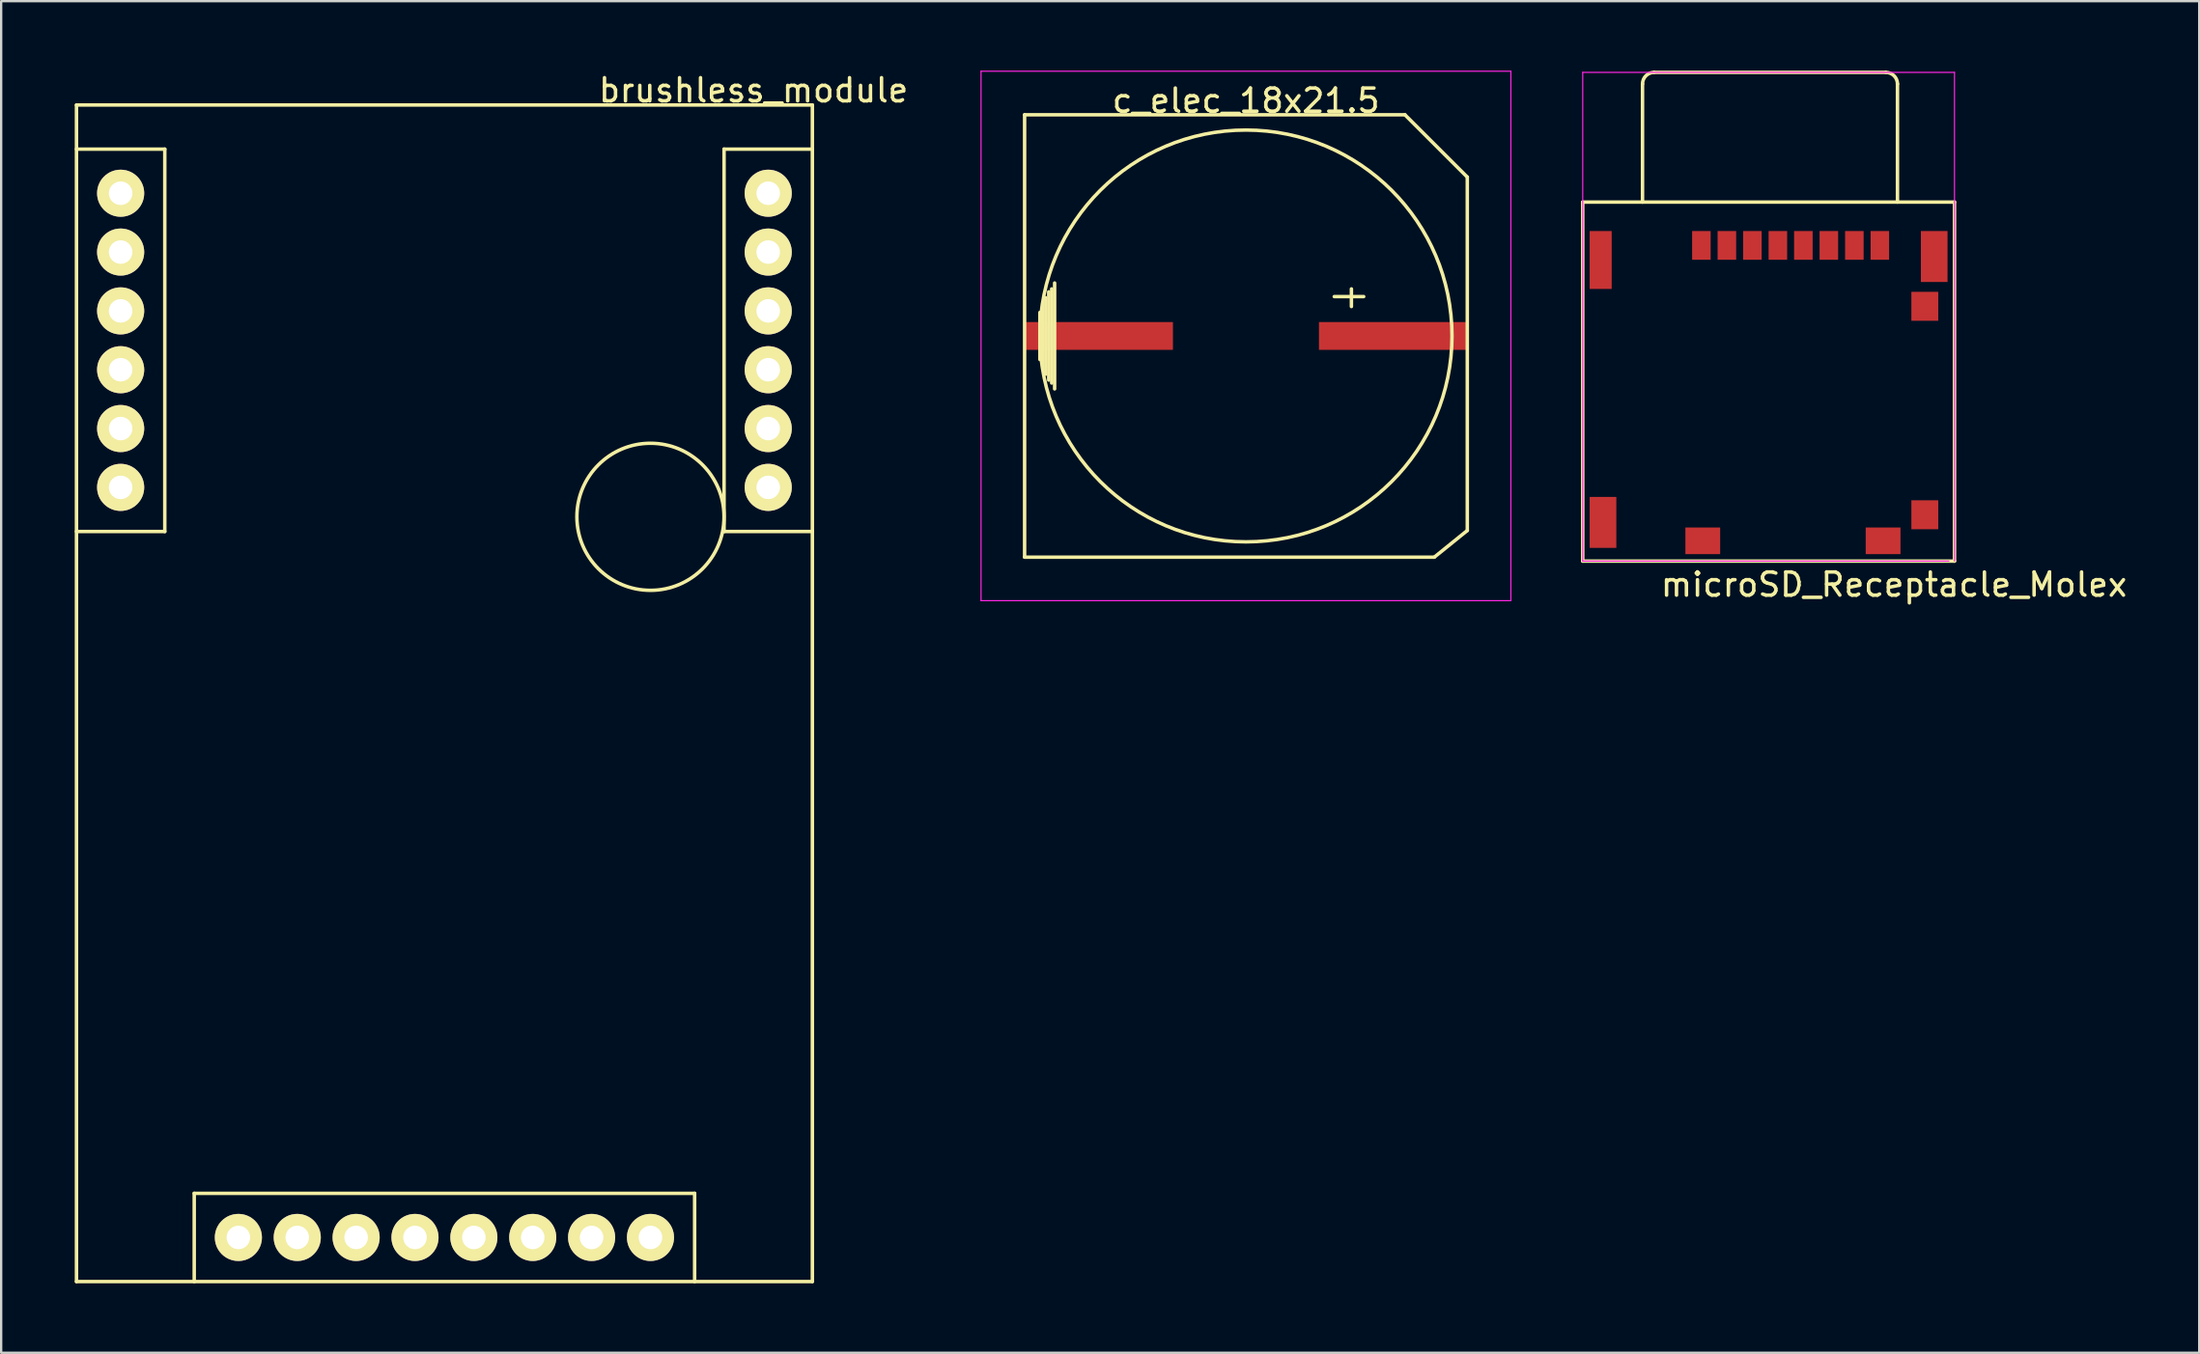
<source format=kicad_pcb>
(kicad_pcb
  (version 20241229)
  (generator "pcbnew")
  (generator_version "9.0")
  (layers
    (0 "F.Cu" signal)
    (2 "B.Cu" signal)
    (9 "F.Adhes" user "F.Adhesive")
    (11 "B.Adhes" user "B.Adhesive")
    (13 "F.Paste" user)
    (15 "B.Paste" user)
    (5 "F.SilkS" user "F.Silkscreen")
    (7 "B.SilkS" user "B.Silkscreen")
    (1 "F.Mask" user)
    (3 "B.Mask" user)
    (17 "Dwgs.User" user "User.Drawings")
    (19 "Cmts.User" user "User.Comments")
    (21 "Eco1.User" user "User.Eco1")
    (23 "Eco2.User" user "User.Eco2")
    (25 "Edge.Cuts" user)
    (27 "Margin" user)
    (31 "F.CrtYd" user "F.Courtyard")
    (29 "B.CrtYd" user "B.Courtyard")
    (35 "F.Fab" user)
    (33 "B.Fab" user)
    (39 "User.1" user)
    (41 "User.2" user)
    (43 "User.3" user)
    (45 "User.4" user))
  (footprint "brushless_module"
    (layer "F.Cu")
    (at 0.25 1.483)
    (property "Reference" "brushless_module" (at 29.21 -0.635 0) (layer "F.SilkS") (effects (font (size 1 1) (thickness 0.15))))
    (attr through_hole)
    (fp_line (start 0 0) (end 31.75 0) (stroke (width 0.15) (type solid)) (layer "F.SilkS"))
    (fp_line (start 0 1.905) (end 3.81 1.905) (stroke (width 0.15) (type solid)) (layer "F.SilkS"))
    (fp_line (start 0 50.8) (end 0 0) (stroke (width 0.15) (type solid)) (layer "F.SilkS"))
    (fp_line (start 3.81 1.905) (end 3.81 18.415) (stroke (width 0.15) (type solid)) (layer "F.SilkS"))
    (fp_line (start 3.81 18.415) (end 0 18.415) (stroke (width 0.15) (type solid)) (layer "F.SilkS"))
    (fp_line (start 5.08 46.99) (end 5.08 50.8) (stroke (width 0.15) (type solid)) (layer "F.SilkS"))
    (fp_line (start 26.67 46.99) (end 5.08 46.99) (stroke (width 0.15) (type solid)) (layer "F.SilkS"))
    (fp_line (start 26.67 50.8) (end 26.67 46.99) (stroke (width 0.15) (type solid)) (layer "F.SilkS"))
    (fp_line (start 27.94 1.905) (end 27.94 18.415) (stroke (width 0.15) (type solid)) (layer "F.SilkS"))
    (fp_line (start 27.94 18.415) (end 31.75 18.415) (stroke (width 0.15) (type solid)) (layer "F.SilkS"))
    (fp_line (start 31.75 0) (end 31.75 50.8) (stroke (width 0.15) (type solid)) (layer "F.SilkS"))
    (fp_line (start 31.75 1.905) (end 27.94 1.905) (stroke (width 0.15) (type solid)) (layer "F.SilkS"))
    (fp_line (start 31.75 50.8) (end 0 50.8) (stroke (width 0.15) (type solid)) (layer "F.SilkS"))
    (fp_circle (center 24.765 17.78) (end 27.94 17.78) (stroke (width 0.15) (type solid)) (fill no) (layer "F.SilkS"))
    (pad "1" thru_hole circle (at 1.905 3.81) (size 2.032 2.032) (drill 1.016) (layers "*.Cu" "*.Mask" "F.SilkS"))
    (pad "2" thru_hole circle (at 1.905 6.35) (size 2.032 2.032) (drill 1.016) (layers "*.Cu" "*.Mask" "F.SilkS"))
    (pad "3" thru_hole circle (at 1.905 8.89) (size 2.032 2.032) (drill 1.016) (layers "*.Cu" "*.Mask" "F.SilkS"))
    (pad "4" thru_hole circle (at 1.905 11.43) (size 2.032 2.032) (drill 1.016) (layers "*.Cu" "*.Mask" "F.SilkS"))
    (pad "5" thru_hole circle (at 1.905 13.97) (size 2.032 2.032) (drill 1.016) (layers "*.Cu" "*.Mask" "F.SilkS"))
    (pad "6" thru_hole circle (at 1.905 16.51) (size 2.032 2.032) (drill 1.016) (layers "*.Cu" "*.Mask" "F.SilkS"))
    (pad "7" thru_hole circle (at 6.985 48.895) (size 2.032 2.032) (drill 1.016) (layers "*.Cu" "*.Mask" "F.SilkS"))
    (pad "8" thru_hole circle (at 9.525 48.895) (size 2.032 2.032) (drill 1.016) (layers "*.Cu" "*.Mask" "F.SilkS"))
    (pad "9" thru_hole circle (at 12.065 48.895) (size 2.032 2.032) (drill 1.016) (layers "*.Cu" "*.Mask" "F.SilkS"))
    (pad "10" thru_hole circle (at 14.605 48.895) (size 2.032 2.032) (drill 1.016) (layers "*.Cu" "*.Mask" "F.SilkS"))
    (pad "11" thru_hole circle (at 17.145 48.895) (size 2.032 2.032) (drill 1.016) (layers "*.Cu" "*.Mask" "F.SilkS"))
    (pad "12" thru_hole circle (at 19.685 48.895) (size 2.032 2.032) (drill 1.016) (layers "*.Cu" "*.Mask" "F.SilkS"))
    (pad "13" thru_hole circle (at 22.225 48.895) (size 2.032 2.032) (drill 1.016) (layers "*.Cu" "*.Mask" "F.SilkS"))
    (pad "14" thru_hole circle (at 24.765 48.895) (size 2.032 2.032) (drill 1.016) (layers "*.Cu" "*.Mask" "F.SilkS"))
    (pad "15" thru_hole circle (at 29.845 16.51) (size 2.032 2.032) (drill 1.016) (layers "*.Cu" "*.Mask" "F.SilkS"))
    (pad "16" thru_hole circle (at 29.845 13.97) (size 2.032 2.032) (drill 1.016) (layers "*.Cu" "*.Mask" "F.SilkS"))
    (pad "17" thru_hole circle (at 29.845 11.43) (size 2.032 2.032) (drill 1.016) (layers "*.Cu" "*.Mask" "F.SilkS"))
    (pad "18" thru_hole circle (at 29.845 8.89) (size 2.032 2.032) (drill 1.016) (layers "*.Cu" "*.Mask" "F.SilkS"))
    (pad "19" thru_hole circle (at 29.845 6.35) (size 2.032 2.032) (drill 1.016) (layers "*.Cu" "*.Mask" "F.SilkS"))
    (pad "20" thru_hole circle (at 29.845 3.81) (size 2.032 2.032) (drill 1.016) (layers "*.Cu" "*.Mask" "F.SilkS")))
  (footprint "c_elec_18x21.5"
    (layer "F.Cu")
    (at 50.707 11.455)
    (property "Reference" "c_elec_18x21.5" (at 0 -10.16 0) (layer "F.SilkS") (effects (font (size 1 1) (thickness 0.15))))
    (attr smd)
    (fp_line (start -9.55 -9.55) (end -9.55 9.55) (stroke (width 0.15) (type solid)) (layer "F.SilkS"))
    (fp_line (start -9.55 9.55) (end 8.128 9.55) (stroke (width 0.15) (type solid)) (layer "F.SilkS"))
    (fp_line (start -8.89 -1.016) (end -8.89 1.016) (stroke (width 0.15) (type solid)) (layer "F.SilkS"))
    (fp_line (start -8.763 1.397) (end -8.763 -1.397) (stroke (width 0.15) (type solid)) (layer "F.SilkS"))
    (fp_line (start -8.636 -1.651) (end -8.636 1.651) (stroke (width 0.15) (type solid)) (layer "F.SilkS"))
    (fp_line (start -8.509 1.905) (end -8.509 -1.905) (stroke (width 0.15) (type solid)) (layer "F.SilkS"))
    (fp_line (start -8.382 2.032) (end -8.382 -2.032) (stroke (width 0.15) (type solid)) (layer "F.SilkS"))
    (fp_line (start -8.255 -2.286) (end -8.255 2.286) (stroke (width 0.15) (type solid)) (layer "F.SilkS"))
    (fp_line (start 4.55 -2.032) (end 4.55 -1.27) (stroke (width 0.15) (type solid)) (layer "F.SilkS"))
    (fp_line (start 5.08 -1.7) (end 3.81 -1.7) (stroke (width 0.15) (type solid)) (layer "F.SilkS"))
    (fp_line (start 6.858 -9.55) (end -9.55 -9.55) (stroke (width 0.15) (type solid)) (layer "F.SilkS"))
    (fp_line (start 8.128 9.55) (end 9.55 8.4) (stroke (width 0.15) (type solid)) (layer "F.SilkS"))
    (fp_line (start 9.55 -6.858) (end 6.858 -9.55) (stroke (width 0.15) (type solid)) (layer "F.SilkS"))
    (fp_line (start 9.55 8.4) (end 9.55 -6.858) (stroke (width 0.15) (type solid)) (layer "F.SilkS"))
    (fp_circle (center 0 0) (end 8.89 0) (stroke (width 0.15) (type solid)) (fill no) (layer "F.SilkS"))
    (fp_line (start -11.43 -11.43) (end 11.43 -11.43) (stroke (width 0.05) (type solid)) (layer "F.CrtYd"))
    (fp_line (start -11.43 11.43) (end -11.43 -11.43) (stroke (width 0.05) (type solid)) (layer "F.CrtYd"))
    (fp_line (start 11.43 -11.43) (end 11.43 11.43) (stroke (width 0.05) (type solid)) (layer "F.CrtYd"))
    (fp_line (start 11.43 11.43) (end -11.43 11.43) (stroke (width 0.05) (type solid)) (layer "F.CrtYd"))
    (pad "1" smd rect (at 6.35 0) (size 6.4 1.2) (layers "F.Cu" "F.Mask" "F.Paste"))
    (pad "2" smd rect (at -6.35 0) (size 6.4 1.2) (layers "F.Cu" "F.Mask" "F.Paste")))
  (footprint "microSD_Receptacle_Molex"
    (layer "F.Cu")
    (at 65.537 6.925)
    (property "Reference" "microSD_Receptacle_Molex" (at 13.127 15.265 0) (layer "F.SilkS") (effects (font (size 1 1) (thickness 0.15))))
    (attr through_hole)
    (fp_line (start -0.3 -1.25) (end -0.3 14.25) (stroke (width 0.15) (type solid)) (layer "F.SilkS"))
    (fp_line (start -0.3 14.25) (end 15.74 14.25) (stroke (width 0.15) (type solid)) (layer "F.SilkS"))
    (fp_line (start 2.28 -1.25) (end 2.28 -6.35) (stroke (width 0.15) (type solid)) (layer "F.SilkS"))
    (fp_line (start 2.78 -6.85) (end 12.78 -6.85) (stroke (width 0.15) (type solid)) (layer "F.SilkS"))
    (fp_line (start 13.28 -1.25) (end 13.28 -6.35) (stroke (width 0.15) (type solid)) (layer "F.SilkS"))
    (fp_line (start 15.74 -1.25) (end -0.3 -1.25) (stroke (width 0.15) (type solid)) (layer "F.SilkS"))
    (fp_line (start 15.74 -1.25) (end 15.74 14.25) (stroke (width 0.15) (type solid)) (layer "F.SilkS"))
    (fp_arc (start 2.28 -6.35) (mid 2.426447 -6.703553) (end 2.78 -6.85) (stroke (width 0.15) (type solid)) (layer "F.SilkS"))
    (fp_arc (start 12.78 -6.85) (mid 13.133553 -6.703553) (end 13.28 -6.35) (stroke (width 0.15) (type solid)) (layer "F.SilkS"))
    (fp_line (start -0.3 -6.85) (end -0.3 14.25) (stroke (width 0.05) (type solid)) (layer "F.CrtYd"))
    (fp_line (start -0.3 14.25) (end 15.5 14.25) (stroke (width 0.05) (type solid)) (layer "F.CrtYd"))
    (fp_line (start 15.74 -6.85) (end -0.3 -6.85) (stroke (width 0.05) (type solid)) (layer "F.CrtYd"))
    (fp_line (start 15.74 14.25) (end 15.74 -6.85) (stroke (width 0.05) (type solid)) (layer "F.CrtYd"))
    (pad "1" smd rect (at 4.82 0.62) (size 0.8 1.24) (layers "F.Cu" "F.Mask" "F.Paste"))
    (pad "2" smd rect (at 5.92 0.62) (size 0.8 1.24) (layers "F.Cu" "F.Mask" "F.Paste"))
    (pad "3" smd rect (at 7.02 0.62) (size 0.8 1.24) (layers "F.Cu" "F.Mask" "F.Paste"))
    (pad "4" smd rect (at 8.12 0.62) (size 0.8 1.24) (layers "F.Cu" "F.Mask" "F.Paste"))
    (pad "5" smd rect (at 9.22 0.62) (size 0.8 1.24) (layers "F.Cu" "F.Mask" "F.Paste"))
    (pad "6" smd rect (at 10.32 0.62) (size 0.8 1.24) (layers "F.Cu" "F.Mask" "F.Paste"))
    (pad "7" smd rect (at 11.42 0.62) (size 0.8 1.24) (layers "F.Cu" "F.Mask" "F.Paste"))
    (pad "8" smd rect (at 12.52 0.62) (size 0.8 1.24) (layers "F.Cu" "F.Mask" "F.Paste"))
    (pad "9" smd rect (at 14.46 12.25) (size 1.16 1.25) (layers "F.Cu" "F.Mask" "F.Paste"))
    (pad "10" smd rect (at 14.46 3.25) (size 1.16 1.25) (layers "F.Cu" "F.Mask" "F.Paste"))
    (pad "11" smd rect (at 0.475 1.25) (size 0.95 2.5) (layers "F.Cu" "F.Mask" "F.Paste"))
    (pad "11" smd rect (at 0.575 12.58) (size 1.15 2.2) (layers "F.Cu" "F.Mask" "F.Paste"))
    (pad "11" smd rect (at 4.88 13.375) (size 1.5 1.15) (layers "F.Cu" "F.Mask" "F.Paste"))
    (pad "11" smd rect (at 12.66 13.375) (size 1.5 1.15) (layers "F.Cu" "F.Mask" "F.Paste"))
    (pad "11" smd rect (at 14.865 1.1) (size 1.15 2.2) (layers "F.Cu" "F.Mask" "F.Paste")))
  (gr_rect
    (start -3 -3)
    (end 91.836 55.358)
    (stroke (width 0.1) (type default))
    (fill no)
    (layer "Edge.Cuts")))
</source>
